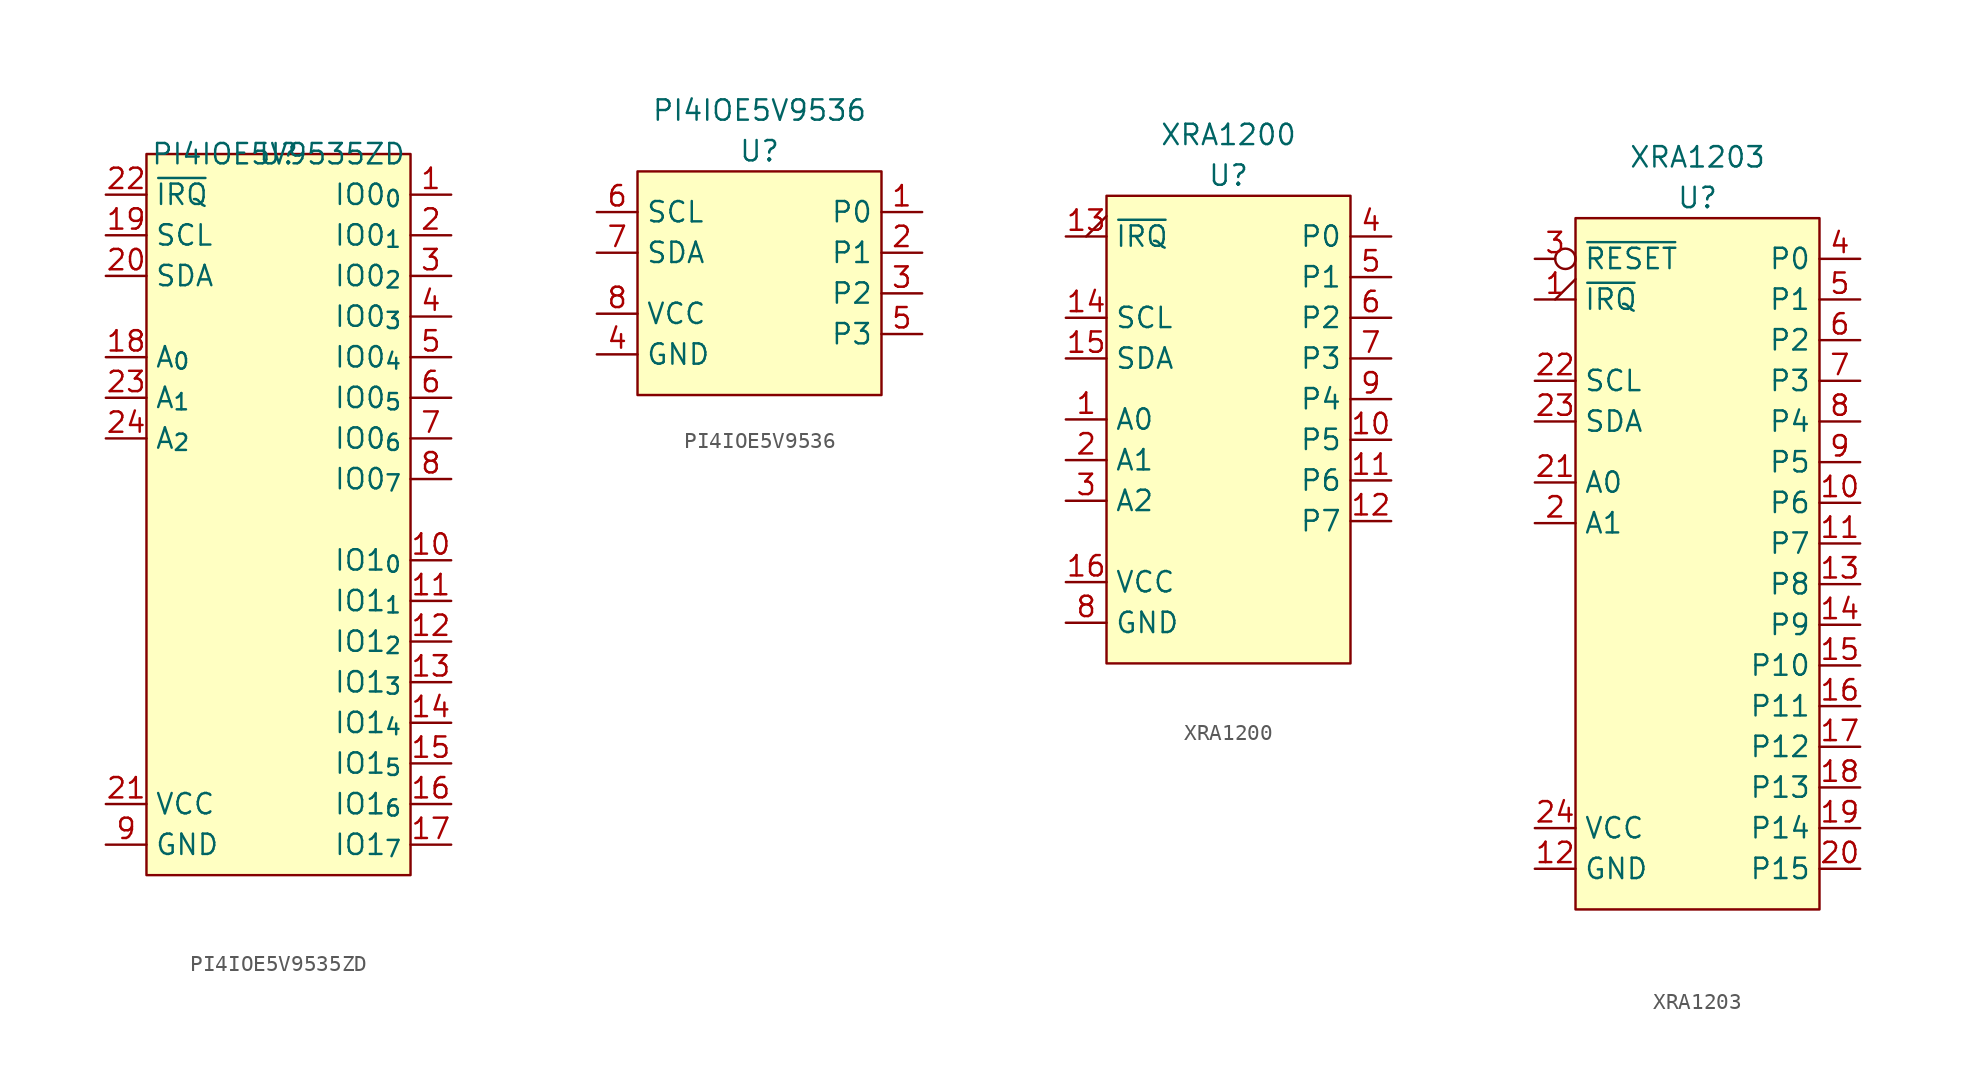
<source format=kicad_sym>
(kicad_symbol_lib
  (version 20220914)
  (generator kicad_symbol_editor)
  (symbol "PI4IOE5V9535ZD"
    (property "Reference" "U"
      (at 0 0 0)
      (effects (font (size 1.27 1.27))))
    (property "Value" "PI4IOE5V9535ZD"
      (at 0 0 0)
      (effects (font (size 1.27 1.27))))
    (symbol "PI4IOE5V9535ZD_0_1"
      (rectangle (start -8.255 0) (end 8.255 -45.085) (stroke (width 0) (type default)) (fill (type background))))
    (symbol "PI4IOE5V9535ZD_1_1"
      (pin passive line (at 10.795 -2.54 180) (length 2.54) (name "IO0_{0}" (effects (font (size 1.27 1.27)))) (number "1" (effects (font (size 1.27 1.27)))))
      (pin passive line (at 10.795 -25.4 180) (length 2.54) (name "IO1_{0}" (effects (font (size 1.27 1.27)))) (number "10" (effects (font (size 1.27 1.27)))))
      (pin passive line (at 10.795 -27.94 180) (length 2.54) (name "IO1_{1}" (effects (font (size 1.27 1.27)))) (number "11" (effects (font (size 1.27 1.27)))))
      (pin passive line (at 10.795 -30.48 180) (length 2.54) (name "IO1_{2}" (effects (font (size 1.27 1.27)))) (number "12" (effects (font (size 1.27 1.27)))))
      (pin passive line (at 10.795 -33.02 180) (length 2.54) (name "IO1_{3}" (effects (font (size 1.27 1.27)))) (number "13" (effects (font (size 1.27 1.27)))))
      (pin passive line (at 10.795 -35.56 180) (length 2.54) (name "IO1_{4}" (effects (font (size 1.27 1.27)))) (number "14" (effects (font (size 1.27 1.27)))))
      (pin passive line (at 10.795 -38.1 180) (length 2.54) (name "IO1_{5}" (effects (font (size 1.27 1.27)))) (number "15" (effects (font (size 1.27 1.27)))))
      (pin passive line (at 10.795 -40.64 180) (length 2.54) (name "IO1_{6}" (effects (font (size 1.27 1.27)))) (number "16" (effects (font (size 1.27 1.27)))))
      (pin passive line (at 10.795 -43.18 180) (length 2.54) (name "IO1_{7}" (effects (font (size 1.27 1.27)))) (number "17" (effects (font (size 1.27 1.27)))))
      (pin input line (at -10.795 -12.7 0) (length 2.54) (name "A_{0}" (effects (font (size 1.27 1.27)))) (number "18" (effects (font (size 1.27 1.27)))))
      (pin bidirectional line (at -10.795 -5.08 0) (length 2.54) (name "SCL" (effects (font (size 1.27 1.27)))) (number "19" (effects (font (size 1.27 1.27)))))
      (pin passive line (at 10.795 -5.08 180) (length 2.54) (name "IO0_{1}" (effects (font (size 1.27 1.27)))) (number "2" (effects (font (size 1.27 1.27)))))
      (pin bidirectional line (at -10.795 -7.62 0) (length 2.54) (name "SDA" (effects (font (size 1.27 1.27)))) (number "20" (effects (font (size 1.27 1.27)))))
      (pin power_in line (at -10.795 -40.64 0) (length 2.54) (name "VCC" (effects (font (size 1.27 1.27)))) (number "21" (effects (font (size 1.27 1.27)))))
      (pin open_collector line (at -10.795 -2.54 0) (length 2.54) (name "~{IRQ}" (effects (font (size 1.27 1.27)))) (number "22" (effects (font (size 1.27 1.27)))))
      (pin input line (at -10.795 -15.24 0) (length 2.54) (name "A_{1}" (effects (font (size 1.27 1.27)))) (number "23" (effects (font (size 1.27 1.27)))))
      (pin input line (at -10.795 -17.78 0) (length 2.54) (name "A_{2}" (effects (font (size 1.27 1.27)))) (number "24" (effects (font (size 1.27 1.27)))))
      (pin passive line (at -10.795 -43.18 0) (length 2.54) hide (name "GND" (effects (font (size 1.27 1.27)))) (number "25" (effects (font (size 1.27 1.27)))))
      (pin passive line (at 10.795 -7.62 180) (length 2.54) (name "IO0_{2}" (effects (font (size 1.27 1.27)))) (number "3" (effects (font (size 1.27 1.27)))))
      (pin passive line (at 10.795 -10.16 180) (length 2.54) (name "IO0_{3}" (effects (font (size 1.27 1.27)))) (number "4" (effects (font (size 1.27 1.27)))))
      (pin passive line (at 10.795 -12.7 180) (length 2.54) (name "IO0_{4}" (effects (font (size 1.27 1.27)))) (number "5" (effects (font (size 1.27 1.27)))))
      (pin passive line (at 10.795 -15.24 180) (length 2.54) (name "IO0_{5}" (effects (font (size 1.27 1.27)))) (number "6" (effects (font (size 1.27 1.27)))))
      (pin passive line (at 10.795 -17.78 180) (length 2.54) (name "IO0_{6}" (effects (font (size 1.27 1.27)))) (number "7" (effects (font (size 1.27 1.27)))))
      (pin passive line (at 10.795 -20.32 180) (length 2.54) (name "IO0_{7}" (effects (font (size 1.27 1.27)))) (number "8" (effects (font (size 1.27 1.27)))))
      (pin passive line (at -10.795 -43.18 0) (length 2.54) (name "GND" (effects (font (size 1.27 1.27)))) (number "9" (effects (font (size 1.27 1.27)))))))
  (symbol "PI4IOE5V9536"
    (property "Reference" "U"
      (at 0 1.27 0)
      (effects (font (size 1.27 1.27))))
    (property "Value" "PI4IOE5V9536"
      (at 0 3.81 0)
      (effects (font (size 1.27 1.27))))
    (symbol "PI4IOE5V9536_0_1"
      (rectangle (start -7.62 0) (end 7.62 -13.97) (stroke (width 0) (type default)) (fill (type background))))
    (symbol "PI4IOE5V9536_1_1"
      (pin bidirectional line (at 10.16 -2.54 180) (length 2.54) (name "P0" (effects (font (size 1.27 1.27)))) (number "1" (effects (font (size 1.27 1.27)))))
      (pin bidirectional line (at 10.16 -5.08 180) (length 2.54) (name "P1" (effects (font (size 1.27 1.27)))) (number "2" (effects (font (size 1.27 1.27)))))
      (pin bidirectional line (at 10.16 -7.62 180) (length 2.54) (name "P2" (effects (font (size 1.27 1.27)))) (number "3" (effects (font (size 1.27 1.27)))))
      (pin power_in line (at -10.16 -11.43 0) (length 2.54) (name "GND" (effects (font (size 1.27 1.27)))) (number "4" (effects (font (size 1.27 1.27)))))
      (pin bidirectional line (at 10.16 -10.16 180) (length 2.54) (name "P3" (effects (font (size 1.27 1.27)))) (number "5" (effects (font (size 1.27 1.27)))))
      (pin bidirectional line (at -10.16 -2.54 0) (length 2.54) (name "SCL" (effects (font (size 1.27 1.27)))) (number "6" (effects (font (size 1.27 1.27)))))
      (pin bidirectional line (at -10.16 -5.08 0) (length 2.54) (name "SDA" (effects (font (size 1.27 1.27)))) (number "7" (effects (font (size 1.27 1.27)))))
      (pin power_in line (at -10.16 -8.89 0) (length 2.54) (name "VCC" (effects (font (size 1.27 1.27)))) (number "8" (effects (font (size 1.27 1.27)))))))
  (symbol "XRA1200"
    (property "Reference" "U"
      (at 0 1.27 0)
      (effects (font (size 1.27 1.27))))
    (property "Value" "XRA1200"
      (at 0 3.81 0)
      (effects (font (size 1.27 1.27))))
    (symbol "XRA1200_0_1"
      (rectangle (start -7.62 0) (end 7.62 -29.21) (stroke (width 0) (type default)) (fill (type background))))
    (symbol "XRA1200_1_1"
      (pin input line (at -10.16 -13.97 0) (length 2.54) (name "A0" (effects (font (size 1.27 1.27)))) (number "1" (effects (font (size 1.27 1.27)))))
      (pin bidirectional line (at 10.16 -15.24 180) (length 2.54) (name "P5" (effects (font (size 1.27 1.27)))) (number "10" (effects (font (size 1.27 1.27)))))
      (pin bidirectional line (at 10.16 -17.78 180) (length 2.54) (name "P6" (effects (font (size 1.27 1.27)))) (number "11" (effects (font (size 1.27 1.27)))))
      (pin bidirectional line (at 10.16 -20.32 180) (length 2.54) (name "P7" (effects (font (size 1.27 1.27)))) (number "12" (effects (font (size 1.27 1.27)))))
      (pin output output_low (at -10.16 -2.54 0) (length 2.54) (name "~{IRQ}" (effects (font (size 1.27 1.27)))) (number "13" (effects (font (size 1.27 1.27)))))
      (pin bidirectional line (at -10.16 -7.62 0) (length 2.54) (name "SCL" (effects (font (size 1.27 1.27)))) (number "14" (effects (font (size 1.27 1.27)))))
      (pin bidirectional line (at -10.16 -10.16 0) (length 2.54) (name "SDA" (effects (font (size 1.27 1.27)))) (number "15" (effects (font (size 1.27 1.27)))))
      (pin power_in line (at -10.16 -24.13 0) (length 2.54) (name "VCC" (effects (font (size 1.27 1.27)))) (number "16" (effects (font (size 1.27 1.27)))))
      (pin input line (at -10.16 -16.51 0) (length 2.54) (name "A1" (effects (font (size 1.27 1.27)))) (number "2" (effects (font (size 1.27 1.27)))))
      (pin input line (at -10.16 -19.05 0) (length 2.54) (name "A2" (effects (font (size 1.27 1.27)))) (number "3" (effects (font (size 1.27 1.27)))))
      (pin bidirectional line (at 10.16 -2.54 180) (length 2.54) (name "P0" (effects (font (size 1.27 1.27)))) (number "4" (effects (font (size 1.27 1.27)))))
      (pin bidirectional line (at 10.16 -5.08 180) (length 2.54) (name "P1" (effects (font (size 1.27 1.27)))) (number "5" (effects (font (size 1.27 1.27)))))
      (pin bidirectional line (at 10.16 -7.62 180) (length 2.54) (name "P2" (effects (font (size 1.27 1.27)))) (number "6" (effects (font (size 1.27 1.27)))))
      (pin bidirectional line (at 10.16 -10.16 180) (length 2.54) (name "P3" (effects (font (size 1.27 1.27)))) (number "7" (effects (font (size 1.27 1.27)))))
      (pin power_in line (at -10.16 -26.67 0) (length 2.54) (name "GND" (effects (font (size 1.27 1.27)))) (number "8" (effects (font (size 1.27 1.27)))))
      (pin bidirectional line (at 10.16 -12.7 180) (length 2.54) (name "P4" (effects (font (size 1.27 1.27)))) (number "9" (effects (font (size 1.27 1.27)))))))
  (symbol "XRA1203"
    (property "Reference" "U"
      (at 0 1.27 0)
      (effects (font (size 1.27 1.27))))
    (property "Value" "XRA1203"
      (at 0 3.81 0)
      (effects (font (size 1.27 1.27))))
    (symbol "XRA1203_0_1"
      (rectangle (start -7.62 0) (end 7.62 -43.18) (stroke (width 0) (type default)) (fill (type background))))
    (symbol "XRA1203_1_1"
      (pin output output_low (at -10.16 -5.08 0) (length 2.54) (name "~{IRQ}" (effects (font (size 1.27 1.27)))) (number "1" (effects (font (size 1.27 1.27)))))
      (pin bidirectional line (at 10.16 -17.78 180) (length 2.54) (name "P6" (effects (font (size 1.27 1.27)))) (number "10" (effects (font (size 1.27 1.27)))))
      (pin bidirectional line (at 10.16 -20.32 180) (length 2.54) (name "P7" (effects (font (size 1.27 1.27)))) (number "11" (effects (font (size 1.27 1.27)))))
      (pin power_in line (at -10.16 -40.64 0) (length 2.54) (name "GND" (effects (font (size 1.27 1.27)))) (number "12" (effects (font (size 1.27 1.27)))))
      (pin bidirectional line (at 10.16 -22.86 180) (length 2.54) (name "P8" (effects (font (size 1.27 1.27)))) (number "13" (effects (font (size 1.27 1.27)))))
      (pin bidirectional line (at 10.16 -25.4 180) (length 2.54) (name "P9" (effects (font (size 1.27 1.27)))) (number "14" (effects (font (size 1.27 1.27)))))
      (pin bidirectional line (at 10.16 -27.94 180) (length 2.54) (name "P10" (effects (font (size 1.27 1.27)))) (number "15" (effects (font (size 1.27 1.27)))))
      (pin bidirectional line (at 10.16 -30.48 180) (length 2.54) (name "P11" (effects (font (size 1.27 1.27)))) (number "16" (effects (font (size 1.27 1.27)))))
      (pin bidirectional line (at 10.16 -33.02 180) (length 2.54) (name "P12" (effects (font (size 1.27 1.27)))) (number "17" (effects (font (size 1.27 1.27)))))
      (pin bidirectional line (at 10.16 -35.56 180) (length 2.54) (name "P13" (effects (font (size 1.27 1.27)))) (number "18" (effects (font (size 1.27 1.27)))))
      (pin bidirectional line (at 10.16 -38.1 180) (length 2.54) (name "P14" (effects (font (size 1.27 1.27)))) (number "19" (effects (font (size 1.27 1.27)))))
      (pin input line (at -10.16 -19.05 0) (length 2.54) (name "A1" (effects (font (size 1.27 1.27)))) (number "2" (effects (font (size 1.27 1.27)))))
      (pin bidirectional line (at 10.16 -40.64 180) (length 2.54) (name "P15" (effects (font (size 1.27 1.27)))) (number "20" (effects (font (size 1.27 1.27)))))
      (pin input line (at -10.16 -16.51 0) (length 2.54) (name "A0" (effects (font (size 1.27 1.27)))) (number "21" (effects (font (size 1.27 1.27)))))
      (pin bidirectional line (at -10.16 -10.16 0) (length 2.54) (name "SCL" (effects (font (size 1.27 1.27)))) (number "22" (effects (font (size 1.27 1.27)))))
      (pin bidirectional line (at -10.16 -12.7 0) (length 2.54) (name "SDA" (effects (font (size 1.27 1.27)))) (number "23" (effects (font (size 1.27 1.27)))))
      (pin power_in line (at -10.16 -38.1 0) (length 2.54) (name "VCC" (effects (font (size 1.27 1.27)))) (number "24" (effects (font (size 1.27 1.27)))))
      (pin input inverted (at -10.16 -2.54 0) (length 2.54) (name "~{RESET}" (effects (font (size 1.27 1.27)))) (number "3" (effects (font (size 1.27 1.27)))))
      (pin bidirectional line (at 10.16 -2.54 180) (length 2.54) (name "P0" (effects (font (size 1.27 1.27)))) (number "4" (effects (font (size 1.27 1.27)))))
      (pin bidirectional line (at 10.16 -5.08 180) (length 2.54) (name "P1" (effects (font (size 1.27 1.27)))) (number "5" (effects (font (size 1.27 1.27)))))
      (pin bidirectional line (at 10.16 -7.62 180) (length 2.54) (name "P2" (effects (font (size 1.27 1.27)))) (number "6" (effects (font (size 1.27 1.27)))))
      (pin bidirectional line (at 10.16 -10.16 180) (length 2.54) (name "P3" (effects (font (size 1.27 1.27)))) (number "7" (effects (font (size 1.27 1.27)))))
      (pin bidirectional line (at 10.16 -12.7 180) (length 2.54) (name "P4" (effects (font (size 1.27 1.27)))) (number "8" (effects (font (size 1.27 1.27)))))
      (pin bidirectional line (at 10.16 -15.24 180) (length 2.54) (name "P5" (effects (font (size 1.27 1.27)))) (number "9" (effects (font (size 1.27 1.27))))))))
</source>
